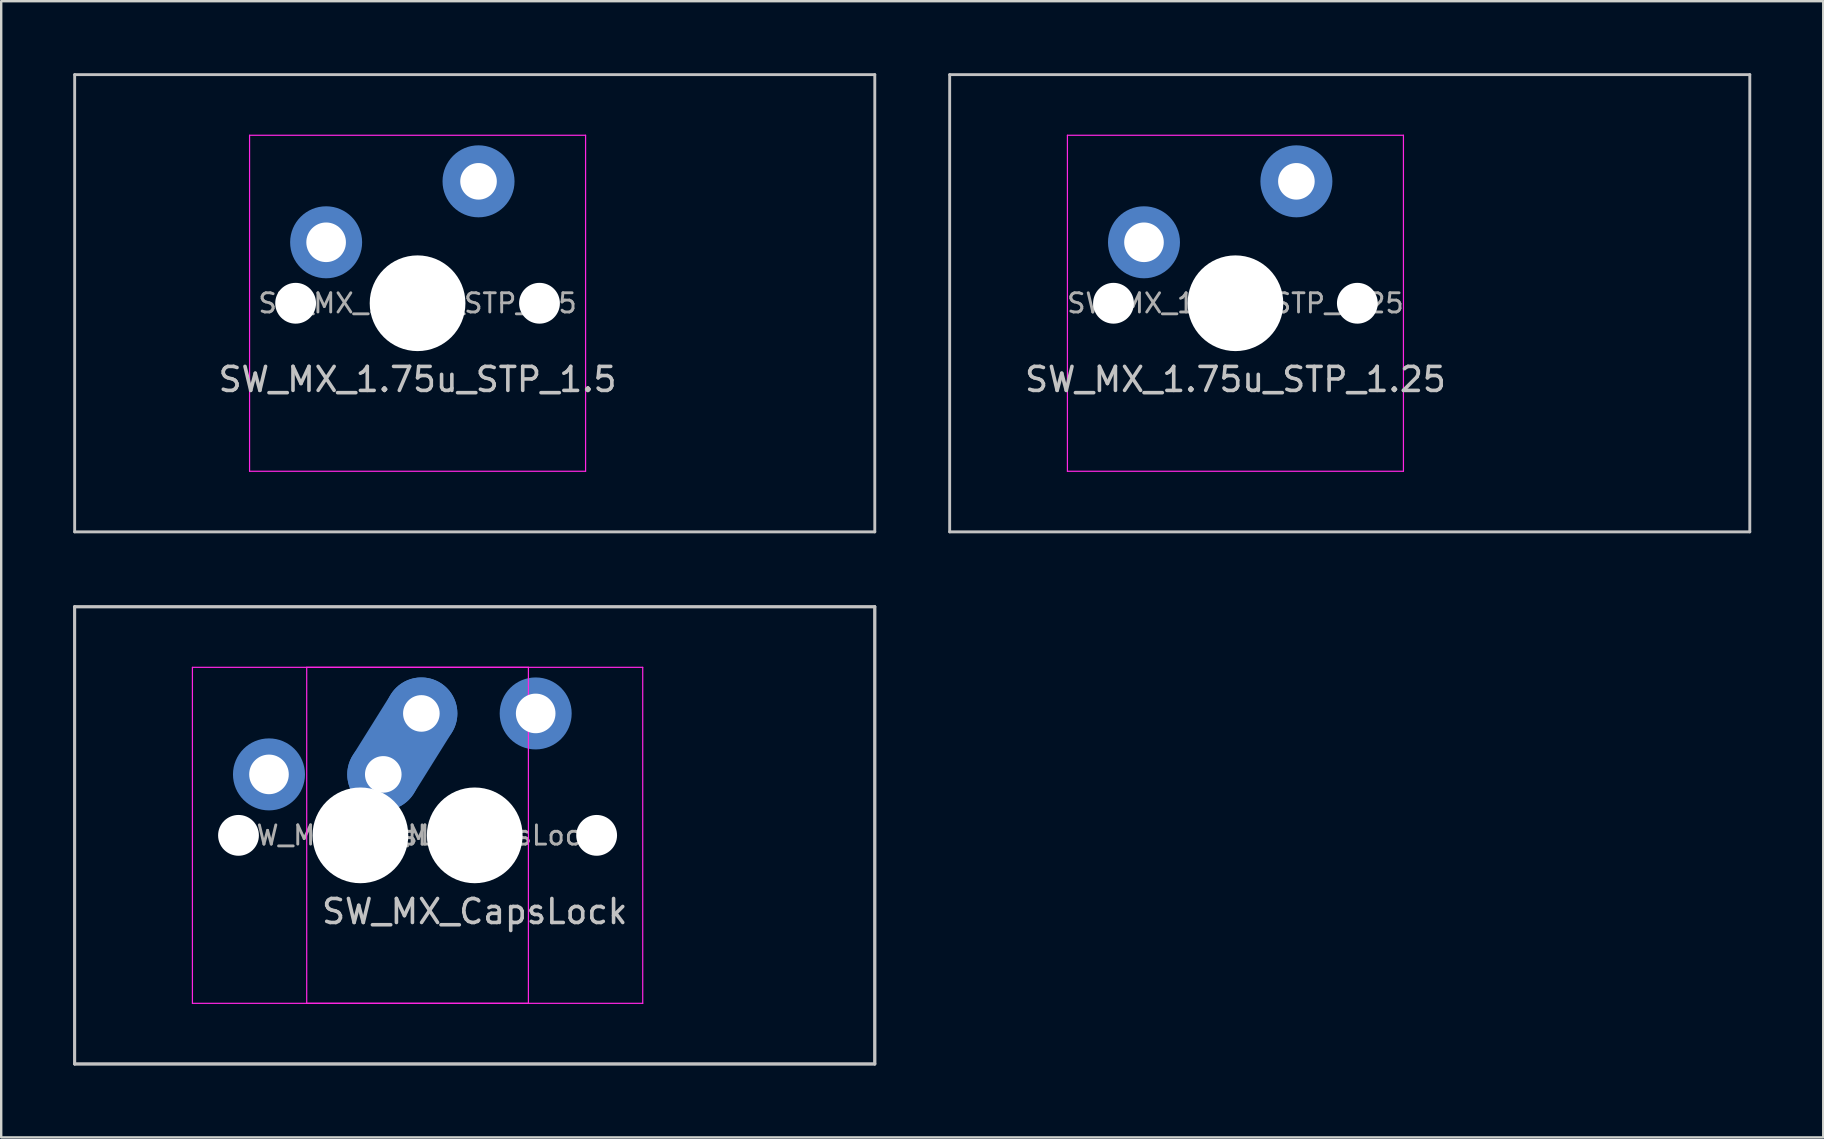
<source format=kicad_pcb>
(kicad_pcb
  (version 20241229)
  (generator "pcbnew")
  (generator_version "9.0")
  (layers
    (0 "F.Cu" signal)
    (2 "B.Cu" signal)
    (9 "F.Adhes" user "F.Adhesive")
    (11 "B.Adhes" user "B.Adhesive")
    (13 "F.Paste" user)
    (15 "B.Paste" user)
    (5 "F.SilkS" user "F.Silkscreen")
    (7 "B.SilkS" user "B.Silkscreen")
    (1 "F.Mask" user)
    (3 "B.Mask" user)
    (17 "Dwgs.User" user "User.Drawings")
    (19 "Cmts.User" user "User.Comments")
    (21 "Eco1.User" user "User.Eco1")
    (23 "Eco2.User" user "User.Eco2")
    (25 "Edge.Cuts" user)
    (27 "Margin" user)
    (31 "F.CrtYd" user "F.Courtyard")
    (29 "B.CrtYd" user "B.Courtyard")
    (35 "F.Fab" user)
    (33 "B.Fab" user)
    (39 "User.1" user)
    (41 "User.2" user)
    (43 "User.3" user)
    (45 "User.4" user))
  (footprint "SW_MX_1.75u_STP_1.25"
    (layer "F.Cu")
    (at 48.424 9.585)
    (property "Reference" "SW_MX_1.75u_STP_1.25" (at 0 3.175 0) (layer "Dwgs.User") (effects (font (size 1 1) (thickness 0.15))))
    (attr through_hole exclude_from_pos_files exclude_from_bom)
    (fp_line (start -11.906 -9.525) (end -11.906 9.525) (stroke (width 0.12) (type solid)) (layer "Dwgs.User"))
    (fp_line (start -11.906 9.525) (end 21.431 9.525) (stroke (width 0.12) (type solid)) (layer "Dwgs.User"))
    (fp_line (start 21.431 -9.525) (end -11.906 -9.525) (stroke (width 0.12) (type solid)) (layer "Dwgs.User"))
    (fp_line (start 21.431 9.525) (end 21.431 -9.525) (stroke (width 0.12) (type solid)) (layer "Dwgs.User"))
    (fp_line (start -7 6.5) (end -7 -6.5) (stroke (width 0.05) (type solid)) (layer "Eco2.User"))
    (fp_line (start -6.5 -7) (end 6.5 -7) (stroke (width 0.05) (type solid)) (layer "Eco2.User"))
    (fp_line (start 6.5 7) (end -6.5 7) (stroke (width 0.05) (type solid)) (layer "Eco2.User"))
    (fp_line (start 7 -6.5) (end 7 6.5) (stroke (width 0.05) (type solid)) (layer "Eco2.User"))
    (fp_arc (start -7 -6.5) (mid -6.853553 -6.853553) (end -6.5 -7) (stroke (width 0.05) (type solid)) (layer "Eco2.User"))
    (fp_arc (start -6.5 7) (mid -6.853553 6.853553) (end -7 6.5) (stroke (width 0.05) (type solid)) (layer "Eco2.User"))
    (fp_arc (start 6.5 -7) (mid 6.853553 -6.853553) (end 7 -6.5) (stroke (width 0.05) (type solid)) (layer "Eco2.User"))
    (fp_arc (start 6.997236 6.498884) (mid 6.850791 6.852425) (end 6.497236 6.998884) (stroke (width 0.05) (type solid)) (layer "Eco2.User"))
    (fp_line (start -7 -7) (end -7 7) (stroke (width 0.05) (type solid)) (layer "F.CrtYd"))
    (fp_line (start -7 7) (end 7 7) (stroke (width 0.05) (type solid)) (layer "F.CrtYd"))
    (fp_line (start 7 -7) (end -7 -7) (stroke (width 0.05) (type solid)) (layer "F.CrtYd"))
    (fp_line (start 7 7) (end 7 -7) (stroke (width 0.05) (type solid)) (layer "F.CrtYd"))
    (fp_text user "${REFERENCE}" (at 0 0 0) (layer "F.Fab") (effects (font (size 0.8 0.8) (thickness 0.12))))
    (pad "" np_thru_hole circle (at -5.08 0) (size 1.7 1.7) (drill 1.7) (layers "*.Cu" "*.Mask"))
    (pad "" np_thru_hole circle (at 0 0) (size 3.988 3.988) (drill 3.988) (layers "*.Cu" "*.Mask"))
    (pad "" np_thru_hole circle (at 5.08 0) (size 1.7 1.7) (drill 1.7) (layers "*.Cu" "*.Mask"))
    (pad "1" thru_hole circle (at -3.81 -2.54) (size 2.3 2.3) (drill 1.65) (layers "*.Cu" "B.Mask"))
    (pad "1" smd circle (at -3.81 -2.54) (size 2.7 2.7) (layers "B.Cu" "B.Mask"))
    (pad "1" smd circle (at -3.81 -2.54) (size 3 3) (layers "B.Cu"))
    (pad "2" thru_hole circle (at 2.54 -5.08) (size 2.3 2.3) (drill 1.524) (layers "*.Cu" "B.Mask"))
    (pad "2" smd circle (at 2.54 -5.08) (size 2.7 2.7) (layers "B.Cu" "B.Mask"))
    (pad "2" smd circle (at 2.54 -5.08) (size 3 3) (layers "B.Cu")))
  (footprint "SW_MX_1.75u_STP_1.5"
    (layer "F.Cu")
    (at 14.348 9.585)
    (property "Reference" "SW_MX_1.75u_STP_1.5" (at 0 3.175 0) (layer "Dwgs.User") (effects (font (size 1 1) (thickness 0.15))))
    (attr through_hole exclude_from_pos_files exclude_from_bom)
    (fp_line (start -14.287 -9.525) (end -14.287 9.525) (stroke (width 0.12) (type solid)) (layer "Dwgs.User"))
    (fp_line (start -14.287 9.525) (end 19.05 9.525) (stroke (width 0.12) (type solid)) (layer "Dwgs.User"))
    (fp_line (start 19.05 -9.525) (end -14.287 -9.525) (stroke (width 0.12) (type solid)) (layer "Dwgs.User"))
    (fp_line (start 19.05 9.525) (end 19.05 -9.525) (stroke (width 0.12) (type solid)) (layer "Dwgs.User"))
    (fp_line (start -7 6.5) (end -7 -6.5) (stroke (width 0.05) (type solid)) (layer "Eco2.User"))
    (fp_line (start -6.5 -7) (end 6.5 -7) (stroke (width 0.05) (type solid)) (layer "Eco2.User"))
    (fp_line (start 6.5 7) (end -6.5 7) (stroke (width 0.05) (type solid)) (layer "Eco2.User"))
    (fp_line (start 7 -6.5) (end 7 6.5) (stroke (width 0.05) (type solid)) (layer "Eco2.User"))
    (fp_arc (start -7 -6.5) (mid -6.853553 -6.853553) (end -6.5 -7) (stroke (width 0.05) (type solid)) (layer "Eco2.User"))
    (fp_arc (start -6.5 7) (mid -6.853553 6.853553) (end -7 6.5) (stroke (width 0.05) (type solid)) (layer "Eco2.User"))
    (fp_arc (start 6.5 -7) (mid 6.853553 -6.853553) (end 7 -6.5) (stroke (width 0.05) (type solid)) (layer "Eco2.User"))
    (fp_arc (start 6.997236 6.498884) (mid 6.850791 6.852425) (end 6.497236 6.998884) (stroke (width 0.05) (type solid)) (layer "Eco2.User"))
    (fp_line (start -7 -7) (end -7 7) (stroke (width 0.05) (type solid)) (layer "F.CrtYd"))
    (fp_line (start -7 7) (end 7 7) (stroke (width 0.05) (type solid)) (layer "F.CrtYd"))
    (fp_line (start 7 -7) (end -7 -7) (stroke (width 0.05) (type solid)) (layer "F.CrtYd"))
    (fp_line (start 7 7) (end 7 -7) (stroke (width 0.05) (type solid)) (layer "F.CrtYd"))
    (fp_text user "${REFERENCE}" (at 0 0 0) (layer "F.Fab") (effects (font (size 0.8 0.8) (thickness 0.12))))
    (pad "" np_thru_hole circle (at -5.08 0) (size 1.7 1.7) (drill 1.7) (layers "*.Cu" "*.Mask"))
    (pad "" np_thru_hole circle (at 0 0) (size 3.988 3.988) (drill 3.988) (layers "*.Cu" "*.Mask"))
    (pad "" np_thru_hole circle (at 5.08 0) (size 1.7 1.7) (drill 1.7) (layers "*.Cu" "*.Mask"))
    (pad "1" thru_hole circle (at -3.81 -2.54) (size 2.3 2.3) (drill 1.65) (layers "*.Cu" "B.Mask"))
    (pad "1" smd circle (at -3.81 -2.54) (size 2.7 2.7) (layers "B.Cu" "B.Mask"))
    (pad "1" smd circle (at -3.81 -2.54) (size 3 3) (layers "B.Cu"))
    (pad "2" thru_hole circle (at 2.54 -5.08) (size 2.3 2.3) (drill 1.524) (layers "*.Cu" "B.Mask"))
    (pad "2" smd circle (at 2.54 -5.08) (size 2.7 2.7) (layers "B.Cu" "B.Mask"))
    (pad "2" smd circle (at 2.54 -5.08) (size 3 3) (layers "B.Cu")))
  (footprint "SW_MX_CapsLock"
    (layer "F.Cu")
    (at 16.729 31.755)
    (property "Reference" "SW_MX_CapsLock" (at 0 3.175 0) (layer "Dwgs.User") (effects (font (size 1 1) (thickness 0.15))))
    (attr through_hole exclude_from_pos_files exclude_from_bom)
    (fp_line (start -16.669 -9.525) (end -16.669 9.525) (stroke (width 0.12) (type solid)) (layer "Dwgs.User"))
    (fp_line (start -16.669 -9.525) (end -16.669 9.525) (stroke (width 0.12) (type solid)) (layer "Dwgs.User"))
    (fp_line (start -16.669 9.525) (end 16.669 9.525) (stroke (width 0.12) (type solid)) (layer "Dwgs.User"))
    (fp_line (start -16.669 9.525) (end 16.669 9.525) (stroke (width 0.12) (type solid)) (layer "Dwgs.User"))
    (fp_line (start 16.669 -9.525) (end -16.669 -9.525) (stroke (width 0.12) (type solid)) (layer "Dwgs.User"))
    (fp_line (start 16.669 -9.525) (end -16.669 -9.525) (stroke (width 0.12) (type solid)) (layer "Dwgs.User"))
    (fp_line (start 16.669 9.525) (end 16.669 -9.525) (stroke (width 0.12) (type solid)) (layer "Dwgs.User"))
    (fp_line (start 16.669 9.525) (end 16.669 -9.525) (stroke (width 0.12) (type solid)) (layer "Dwgs.User"))
    (fp_line (start -11.762 6.5) (end -11.762 -6.5) (stroke (width 0.05) (type solid)) (layer "Eco2.User"))
    (fp_line (start -11.262 -7) (end 1.738 -7) (stroke (width 0.05) (type solid)) (layer "Eco2.User"))
    (fp_line (start -7 6.5) (end -7 -6.5) (stroke (width 0.05) (type solid)) (layer "Eco2.User"))
    (fp_line (start -6.5 -7) (end 6.5 -7) (stroke (width 0.05) (type solid)) (layer "Eco2.User"))
    (fp_line (start 1.738 7) (end -11.262 7) (stroke (width 0.05) (type solid)) (layer "Eco2.User"))
    (fp_line (start 2.237 -6.5) (end 2.237 6.5) (stroke (width 0.05) (type solid)) (layer "Eco2.User"))
    (fp_line (start 6.5 7) (end -6.5 7) (stroke (width 0.05) (type solid)) (layer "Eco2.User"))
    (fp_line (start 7 -6.5) (end 7 6.5) (stroke (width 0.05) (type solid)) (layer "Eco2.User"))
    (fp_arc (start -11.7625 -6.5) (mid -11.616053 -6.853553) (end -11.2625 -7) (stroke (width 0.05) (type solid)) (layer "Eco2.User"))
    (fp_arc (start -11.2625 7) (mid -11.616053 6.853553) (end -11.7625 6.5) (stroke (width 0.05) (type solid)) (layer "Eco2.User"))
    (fp_arc (start -7 -6.5) (mid -6.853553 -6.853553) (end -6.5 -7) (stroke (width 0.05) (type solid)) (layer "Eco2.User"))
    (fp_arc (start -6.5 7) (mid -6.853553 6.853553) (end -7 6.5) (stroke (width 0.05) (type solid)) (layer "Eco2.User"))
    (fp_arc (start 1.7375 -7) (mid 2.091021 -6.853536) (end 2.2375 -6.5) (stroke (width 0.05) (type solid)) (layer "Eco2.User"))
    (fp_arc (start 2.234736 6.498884) (mid 2.088294 6.852443) (end 1.734736 6.998884) (stroke (width 0.05) (type solid)) (layer "Eco2.User"))
    (fp_arc (start 6.5 -7) (mid 6.853553 -6.853553) (end 7 -6.5) (stroke (width 0.05) (type solid)) (layer "Eco2.User"))
    (fp_arc (start 6.997236 6.498884) (mid 6.850791 6.852425) (end 6.497236 6.998884) (stroke (width 0.05) (type solid)) (layer "Eco2.User"))
    (fp_line (start -11.762 -7) (end -11.762 7) (stroke (width 0.05) (type solid)) (layer "F.CrtYd"))
    (fp_line (start -11.762 7) (end 2.237 7) (stroke (width 0.05) (type solid)) (layer "F.CrtYd"))
    (fp_line (start -7 -7) (end -7 7) (stroke (width 0.05) (type solid)) (layer "F.CrtYd"))
    (fp_line (start -7 7) (end 7 7) (stroke (width 0.05) (type solid)) (layer "F.CrtYd"))
    (fp_line (start 2.237 -7) (end -11.762 -7) (stroke (width 0.05) (type solid)) (layer "F.CrtYd"))
    (fp_line (start 2.237 7) (end 2.237 -7) (stroke (width 0.05) (type solid)) (layer "F.CrtYd"))
    (fp_line (start 7 -7) (end -7 -7) (stroke (width 0.05) (type solid)) (layer "F.CrtYd"))
    (fp_line (start 7 7) (end 7 -7) (stroke (width 0.05) (type solid)) (layer "F.CrtYd"))
    (fp_text user "${REFERENCE}" (at 0 0 0) (layer "F.Fab") (effects (font (size 0.8 0.8) (thickness 0.12))))
    (fp_text user "${REFERENCE}" (at -4.763 0 0) (layer "F.Fab") (effects (font (size 0.8 0.8) (thickness 0.12))))
    (pad "" np_thru_hole circle (at -9.842 0) (size 1.7 1.7) (drill 1.7) (layers "*.Cu" "*.Mask"))
    (pad "" np_thru_hole circle (at -5.08 0) (size 1.7 1.7) (drill 1.7) (layers "*.Cu" "*.Mask"))
    (pad "" np_thru_hole circle (at -4.763 0) (size 3.988 3.988) (drill 3.988) (layers "*.Cu" "*.Mask"))
    (pad "" np_thru_hole circle (at 0 0) (size 3.988 3.988) (drill 3.988) (layers "*.Cu" "*.Mask"))
    (pad "" np_thru_hole circle (at 0.318 0) (size 1.7 1.7) (drill 1.7) (layers "*.Cu" "*.Mask"))
    (pad "" np_thru_hole circle (at 5.08 0) (size 1.7 1.7) (drill 1.7) (layers "*.Cu" "*.Mask"))
    (pad "1" thru_hole circle (at -8.572 -2.54) (size 2.3 2.3) (drill 1.65) (layers "*.Cu" "B.Mask"))
    (pad "1" smd circle (at -8.572 -2.54) (size 2.7 2.7) (layers "B.Cu" "B.Mask"))
    (pad "1" smd circle (at -8.572 -2.54) (size 3 3) (layers "B.Cu"))
    (pad "1" thru_hole circle (at 2.54 -5.08) (size 2.3 2.3) (drill 1.65) (layers "*.Cu" "B.Mask"))
    (pad "1" smd circle (at 2.54 -5.08) (size 2.7 2.7) (layers "B.Cu" "B.Mask"))
    (pad "1" smd circle (at 2.54 -5.08) (size 3 3) (layers "B.Cu"))
    (pad "2" thru_hole circle (at -3.81 -2.54) (size 2.3 2.3) (drill 1.524) (layers "*.Cu" "B.Mask"))
    (pad "2" smd circle (at -3.81 -2.54) (size 2.7 2.7) (layers "B.Cu" "B.Mask"))
    (pad "2" smd circle (at -3.81 -2.54) (size 3 3) (layers "B.Cu"))
    (pad "2" smd oval (at -3.017 -3.808 148) (size 2.7 5.695) (layers "B.Cu" "B.Mask"))
    (pad "2" smd oval (at -3.017 -3.808 148) (size 3 5.995) (layers "B.Cu"))
    (pad "2" thru_hole circle (at -2.223 -5.08) (size 2.3 2.3) (drill 1.524) (layers "*.Cu" "B.Mask"))
    (pad "2" smd circle (at -2.223 -5.08) (size 2.7 2.7) (layers "B.Cu" "B.Mask"))
    (pad "2" smd circle (at -2.223 -5.08) (size 3 3) (layers "B.Cu")))
  (gr_rect
    (start -3 -3)
    (end 72.915 44.34)
    (stroke (width 0.1) (type default))
    (fill no)
    (layer "Edge.Cuts")))
</source>
